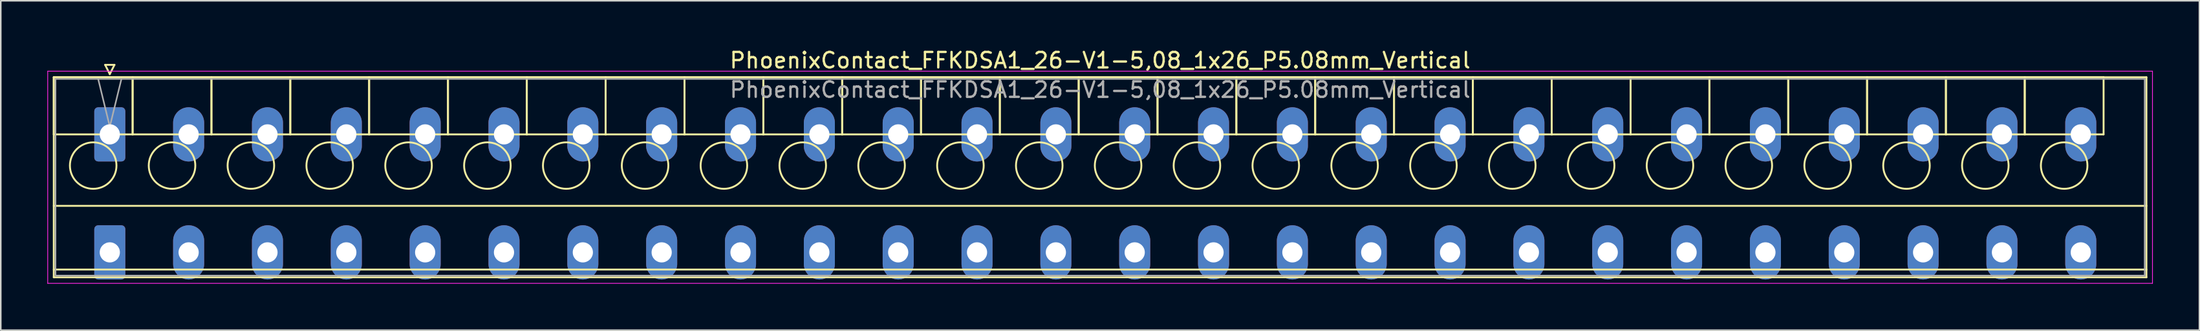
<source format=kicad_pcb>
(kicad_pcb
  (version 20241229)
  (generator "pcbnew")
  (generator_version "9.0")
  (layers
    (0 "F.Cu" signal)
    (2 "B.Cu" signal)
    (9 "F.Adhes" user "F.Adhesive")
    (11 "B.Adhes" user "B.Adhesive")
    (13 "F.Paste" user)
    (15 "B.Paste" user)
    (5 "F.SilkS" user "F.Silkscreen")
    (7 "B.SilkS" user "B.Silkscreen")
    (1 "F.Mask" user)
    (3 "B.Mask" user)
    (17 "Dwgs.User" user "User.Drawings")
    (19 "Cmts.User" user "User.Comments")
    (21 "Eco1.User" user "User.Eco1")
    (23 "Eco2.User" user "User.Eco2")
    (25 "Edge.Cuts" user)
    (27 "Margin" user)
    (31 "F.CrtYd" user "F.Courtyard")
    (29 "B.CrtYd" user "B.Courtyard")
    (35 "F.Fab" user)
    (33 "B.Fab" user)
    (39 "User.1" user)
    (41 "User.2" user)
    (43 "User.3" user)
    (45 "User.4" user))
  (footprint "PhoenixContact_FFKDSA1_26-V1-5,08_1x26_P5.08mm_Vertical"
    (layer "F.Cu")
    (at 4.025 5.628)
    (property "Reference" "PhoenixContact_FFKDSA1_26-V1-5,08_1x26_P5.08mm_Vertical" (at 63.81 -4.78 0) (layer "F.SilkS") (effects (font (size 1 1) (thickness 0.15))))
    (attr through_hole)
    (fp_line (start -3.61 -3.69) (end -3.61 0) (stroke (width 0.12) (type solid)) (layer "F.SilkS"))
    (fp_line (start -3.61 -3.69) (end -3.61 9.23) (stroke (width 0.12) (type solid)) (layer "F.SilkS"))
    (fp_line (start -3.61 0) (end 1.47 0) (stroke (width 0.12) (type solid)) (layer "F.SilkS"))
    (fp_line (start -3.61 4.615) (end 131.23 4.615) (stroke (width 0.12) (type solid)) (layer "F.SilkS"))
    (fp_line (start -3.61 8.73) (end 131.23 8.73) (stroke (width 0.12) (type solid)) (layer "F.SilkS"))
    (fp_line (start -3.61 9.23) (end 131.23 9.23) (stroke (width 0.12) (type solid)) (layer "F.SilkS"))
    (fp_line (start -0.3 -4.49) (end 0.3 -4.49) (stroke (width 0.12) (type solid)) (layer "F.SilkS"))
    (fp_line (start 0 -3.89) (end -0.3 -4.49) (stroke (width 0.12) (type solid)) (layer "F.SilkS"))
    (fp_line (start 0.3 -4.49) (end 0 -3.89) (stroke (width 0.12) (type solid)) (layer "F.SilkS"))
    (fp_line (start 1.47 -3.69) (end -3.61 -3.69) (stroke (width 0.12) (type solid)) (layer "F.SilkS"))
    (fp_line (start 1.47 -3.69) (end 1.47 0) (stroke (width 0.12) (type solid)) (layer "F.SilkS"))
    (fp_line (start 1.47 0) (end 1.47 -3.69) (stroke (width 0.12) (type solid)) (layer "F.SilkS"))
    (fp_line (start 1.47 0) (end 6.55 0) (stroke (width 0.12) (type solid)) (layer "F.SilkS"))
    (fp_line (start 6.55 -3.69) (end 1.47 -3.69) (stroke (width 0.12) (type solid)) (layer "F.SilkS"))
    (fp_line (start 6.55 -3.69) (end 6.55 0) (stroke (width 0.12) (type solid)) (layer "F.SilkS"))
    (fp_line (start 6.55 0) (end 6.55 -3.69) (stroke (width 0.12) (type solid)) (layer "F.SilkS"))
    (fp_line (start 6.55 0) (end 11.63 0) (stroke (width 0.12) (type solid)) (layer "F.SilkS"))
    (fp_line (start 11.63 -3.69) (end 6.55 -3.69) (stroke (width 0.12) (type solid)) (layer "F.SilkS"))
    (fp_line (start 11.63 -3.69) (end 11.63 0) (stroke (width 0.12) (type solid)) (layer "F.SilkS"))
    (fp_line (start 11.63 0) (end 11.63 -3.69) (stroke (width 0.12) (type solid)) (layer "F.SilkS"))
    (fp_line (start 11.63 0) (end 16.71 0) (stroke (width 0.12) (type solid)) (layer "F.SilkS"))
    (fp_line (start 16.71 -3.69) (end 11.63 -3.69) (stroke (width 0.12) (type solid)) (layer "F.SilkS"))
    (fp_line (start 16.71 -3.69) (end 16.71 0) (stroke (width 0.12) (type solid)) (layer "F.SilkS"))
    (fp_line (start 16.71 0) (end 16.71 -3.69) (stroke (width 0.12) (type solid)) (layer "F.SilkS"))
    (fp_line (start 16.71 0) (end 21.79 0) (stroke (width 0.12) (type solid)) (layer "F.SilkS"))
    (fp_line (start 21.79 -3.69) (end 16.71 -3.69) (stroke (width 0.12) (type solid)) (layer "F.SilkS"))
    (fp_line (start 21.79 -3.69) (end 21.79 0) (stroke (width 0.12) (type solid)) (layer "F.SilkS"))
    (fp_line (start 21.79 0) (end 21.79 -3.69) (stroke (width 0.12) (type solid)) (layer "F.SilkS"))
    (fp_line (start 21.79 0) (end 26.87 0) (stroke (width 0.12) (type solid)) (layer "F.SilkS"))
    (fp_line (start 26.87 -3.69) (end 21.79 -3.69) (stroke (width 0.12) (type solid)) (layer "F.SilkS"))
    (fp_line (start 26.87 -3.69) (end 26.87 0) (stroke (width 0.12) (type solid)) (layer "F.SilkS"))
    (fp_line (start 26.87 0) (end 26.87 -3.69) (stroke (width 0.12) (type solid)) (layer "F.SilkS"))
    (fp_line (start 26.87 0) (end 31.95 0) (stroke (width 0.12) (type solid)) (layer "F.SilkS"))
    (fp_line (start 31.95 -3.69) (end 26.87 -3.69) (stroke (width 0.12) (type solid)) (layer "F.SilkS"))
    (fp_line (start 31.95 -3.69) (end 31.95 0) (stroke (width 0.12) (type solid)) (layer "F.SilkS"))
    (fp_line (start 31.95 0) (end 31.95 -3.69) (stroke (width 0.12) (type solid)) (layer "F.SilkS"))
    (fp_line (start 31.95 0) (end 37.03 0) (stroke (width 0.12) (type solid)) (layer "F.SilkS"))
    (fp_line (start 37.03 -3.69) (end 31.95 -3.69) (stroke (width 0.12) (type solid)) (layer "F.SilkS"))
    (fp_line (start 37.03 -3.69) (end 37.03 0) (stroke (width 0.12) (type solid)) (layer "F.SilkS"))
    (fp_line (start 37.03 0) (end 37.03 -3.69) (stroke (width 0.12) (type solid)) (layer "F.SilkS"))
    (fp_line (start 37.03 0) (end 42.11 0) (stroke (width 0.12) (type solid)) (layer "F.SilkS"))
    (fp_line (start 42.11 -3.69) (end 37.03 -3.69) (stroke (width 0.12) (type solid)) (layer "F.SilkS"))
    (fp_line (start 42.11 -3.69) (end 42.11 0) (stroke (width 0.12) (type solid)) (layer "F.SilkS"))
    (fp_line (start 42.11 0) (end 42.11 -3.69) (stroke (width 0.12) (type solid)) (layer "F.SilkS"))
    (fp_line (start 42.11 0) (end 47.19 0) (stroke (width 0.12) (type solid)) (layer "F.SilkS"))
    (fp_line (start 47.19 -3.69) (end 42.11 -3.69) (stroke (width 0.12) (type solid)) (layer "F.SilkS"))
    (fp_line (start 47.19 -3.69) (end 47.19 0) (stroke (width 0.12) (type solid)) (layer "F.SilkS"))
    (fp_line (start 47.19 0) (end 47.19 -3.69) (stroke (width 0.12) (type solid)) (layer "F.SilkS"))
    (fp_line (start 47.19 0) (end 52.27 0) (stroke (width 0.12) (type solid)) (layer "F.SilkS"))
    (fp_line (start 52.27 -3.69) (end 47.19 -3.69) (stroke (width 0.12) (type solid)) (layer "F.SilkS"))
    (fp_line (start 52.27 -3.69) (end 52.27 0) (stroke (width 0.12) (type solid)) (layer "F.SilkS"))
    (fp_line (start 52.27 0) (end 52.27 -3.69) (stroke (width 0.12) (type solid)) (layer "F.SilkS"))
    (fp_line (start 52.27 0) (end 57.35 0) (stroke (width 0.12) (type solid)) (layer "F.SilkS"))
    (fp_line (start 57.35 -3.69) (end 52.27 -3.69) (stroke (width 0.12) (type solid)) (layer "F.SilkS"))
    (fp_line (start 57.35 -3.69) (end 57.35 0) (stroke (width 0.12) (type solid)) (layer "F.SilkS"))
    (fp_line (start 57.35 0) (end 57.35 -3.69) (stroke (width 0.12) (type solid)) (layer "F.SilkS"))
    (fp_line (start 57.35 0) (end 62.43 0) (stroke (width 0.12) (type solid)) (layer "F.SilkS"))
    (fp_line (start 62.43 -3.69) (end 57.35 -3.69) (stroke (width 0.12) (type solid)) (layer "F.SilkS"))
    (fp_line (start 62.43 -3.69) (end 62.43 0) (stroke (width 0.12) (type solid)) (layer "F.SilkS"))
    (fp_line (start 62.43 0) (end 62.43 -3.69) (stroke (width 0.12) (type solid)) (layer "F.SilkS"))
    (fp_line (start 62.43 0) (end 67.51 0) (stroke (width 0.12) (type solid)) (layer "F.SilkS"))
    (fp_line (start 67.51 -3.69) (end 62.43 -3.69) (stroke (width 0.12) (type solid)) (layer "F.SilkS"))
    (fp_line (start 67.51 -3.69) (end 67.51 0) (stroke (width 0.12) (type solid)) (layer "F.SilkS"))
    (fp_line (start 67.51 0) (end 67.51 -3.69) (stroke (width 0.12) (type solid)) (layer "F.SilkS"))
    (fp_line (start 67.51 0) (end 72.59 0) (stroke (width 0.12) (type solid)) (layer "F.SilkS"))
    (fp_line (start 72.59 -3.69) (end 67.51 -3.69) (stroke (width 0.12) (type solid)) (layer "F.SilkS"))
    (fp_line (start 72.59 -3.69) (end 72.59 0) (stroke (width 0.12) (type solid)) (layer "F.SilkS"))
    (fp_line (start 72.59 0) (end 72.59 -3.69) (stroke (width 0.12) (type solid)) (layer "F.SilkS"))
    (fp_line (start 72.59 0) (end 77.67 0) (stroke (width 0.12) (type solid)) (layer "F.SilkS"))
    (fp_line (start 77.67 -3.69) (end 72.59 -3.69) (stroke (width 0.12) (type solid)) (layer "F.SilkS"))
    (fp_line (start 77.67 -3.69) (end 77.67 0) (stroke (width 0.12) (type solid)) (layer "F.SilkS"))
    (fp_line (start 77.67 0) (end 77.67 -3.69) (stroke (width 0.12) (type solid)) (layer "F.SilkS"))
    (fp_line (start 77.67 0) (end 82.75 0) (stroke (width 0.12) (type solid)) (layer "F.SilkS"))
    (fp_line (start 82.75 -3.69) (end 77.67 -3.69) (stroke (width 0.12) (type solid)) (layer "F.SilkS"))
    (fp_line (start 82.75 -3.69) (end 82.75 0) (stroke (width 0.12) (type solid)) (layer "F.SilkS"))
    (fp_line (start 82.75 0) (end 82.75 -3.69) (stroke (width 0.12) (type solid)) (layer "F.SilkS"))
    (fp_line (start 82.75 0) (end 87.83 0) (stroke (width 0.12) (type solid)) (layer "F.SilkS"))
    (fp_line (start 87.83 -3.69) (end 82.75 -3.69) (stroke (width 0.12) (type solid)) (layer "F.SilkS"))
    (fp_line (start 87.83 -3.69) (end 87.83 0) (stroke (width 0.12) (type solid)) (layer "F.SilkS"))
    (fp_line (start 87.83 0) (end 87.83 -3.69) (stroke (width 0.12) (type solid)) (layer "F.SilkS"))
    (fp_line (start 87.83 0) (end 92.91 0) (stroke (width 0.12) (type solid)) (layer "F.SilkS"))
    (fp_line (start 92.91 -3.69) (end 87.83 -3.69) (stroke (width 0.12) (type solid)) (layer "F.SilkS"))
    (fp_line (start 92.91 -3.69) (end 92.91 0) (stroke (width 0.12) (type solid)) (layer "F.SilkS"))
    (fp_line (start 92.91 0) (end 92.91 -3.69) (stroke (width 0.12) (type solid)) (layer "F.SilkS"))
    (fp_line (start 92.91 0) (end 97.99 0) (stroke (width 0.12) (type solid)) (layer "F.SilkS"))
    (fp_line (start 97.99 -3.69) (end 92.91 -3.69) (stroke (width 0.12) (type solid)) (layer "F.SilkS"))
    (fp_line (start 97.99 -3.69) (end 97.99 0) (stroke (width 0.12) (type solid)) (layer "F.SilkS"))
    (fp_line (start 97.99 0) (end 97.99 -3.69) (stroke (width 0.12) (type solid)) (layer "F.SilkS"))
    (fp_line (start 97.99 0) (end 103.07 0) (stroke (width 0.12) (type solid)) (layer "F.SilkS"))
    (fp_line (start 103.07 -3.69) (end 97.99 -3.69) (stroke (width 0.12) (type solid)) (layer "F.SilkS"))
    (fp_line (start 103.07 -3.69) (end 103.07 0) (stroke (width 0.12) (type solid)) (layer "F.SilkS"))
    (fp_line (start 103.07 0) (end 103.07 -3.69) (stroke (width 0.12) (type solid)) (layer "F.SilkS"))
    (fp_line (start 103.07 0) (end 108.15 0) (stroke (width 0.12) (type solid)) (layer "F.SilkS"))
    (fp_line (start 108.15 -3.69) (end 103.07 -3.69) (stroke (width 0.12) (type solid)) (layer "F.SilkS"))
    (fp_line (start 108.15 -3.69) (end 108.15 0) (stroke (width 0.12) (type solid)) (layer "F.SilkS"))
    (fp_line (start 108.15 0) (end 108.15 -3.69) (stroke (width 0.12) (type solid)) (layer "F.SilkS"))
    (fp_line (start 108.15 0) (end 113.23 0) (stroke (width 0.12) (type solid)) (layer "F.SilkS"))
    (fp_line (start 113.23 -3.69) (end 108.15 -3.69) (stroke (width 0.12) (type solid)) (layer "F.SilkS"))
    (fp_line (start 113.23 -3.69) (end 113.23 0) (stroke (width 0.12) (type solid)) (layer "F.SilkS"))
    (fp_line (start 113.23 0) (end 113.23 -3.69) (stroke (width 0.12) (type solid)) (layer "F.SilkS"))
    (fp_line (start 113.23 0) (end 118.31 0) (stroke (width 0.12) (type solid)) (layer "F.SilkS"))
    (fp_line (start 118.31 -3.69) (end 113.23 -3.69) (stroke (width 0.12) (type solid)) (layer "F.SilkS"))
    (fp_line (start 118.31 -3.69) (end 118.31 0) (stroke (width 0.12) (type solid)) (layer "F.SilkS"))
    (fp_line (start 118.31 0) (end 118.31 -3.69) (stroke (width 0.12) (type solid)) (layer "F.SilkS"))
    (fp_line (start 118.31 0) (end 123.39 0) (stroke (width 0.12) (type solid)) (layer "F.SilkS"))
    (fp_line (start 123.39 -3.69) (end 118.31 -3.69) (stroke (width 0.12) (type solid)) (layer "F.SilkS"))
    (fp_line (start 123.39 -3.69) (end 123.39 0) (stroke (width 0.12) (type solid)) (layer "F.SilkS"))
    (fp_line (start 123.39 0) (end 123.39 -3.69) (stroke (width 0.12) (type solid)) (layer "F.SilkS"))
    (fp_line (start 123.39 0) (end 128.47 0) (stroke (width 0.12) (type solid)) (layer "F.SilkS"))
    (fp_line (start 128.47 -3.69) (end 123.39 -3.69) (stroke (width 0.12) (type solid)) (layer "F.SilkS"))
    (fp_line (start 128.47 0) (end 128.47 -3.69) (stroke (width 0.12) (type solid)) (layer "F.SilkS"))
    (fp_line (start 131.23 -3.69) (end -3.61 -3.69) (stroke (width 0.12) (type solid)) (layer "F.SilkS"))
    (fp_line (start 131.23 9.23) (end 131.23 -3.69) (stroke (width 0.12) (type solid)) (layer "F.SilkS"))
    (fp_circle (center -1.07 2.015) (end 0.43 2.015) (stroke (width 0.12) (type solid)) (fill no) (layer "F.SilkS"))
    (fp_circle (center 4.01 2.015) (end 5.51 2.015) (stroke (width 0.12) (type solid)) (fill no) (layer "F.SilkS"))
    (fp_circle (center 9.09 2.015) (end 10.59 2.015) (stroke (width 0.12) (type solid)) (fill no) (layer "F.SilkS"))
    (fp_circle (center 14.17 2.015) (end 15.67 2.015) (stroke (width 0.12) (type solid)) (fill no) (layer "F.SilkS"))
    (fp_circle (center 19.25 2.015) (end 20.75 2.015) (stroke (width 0.12) (type solid)) (fill no) (layer "F.SilkS"))
    (fp_circle (center 24.33 2.015) (end 25.83 2.015) (stroke (width 0.12) (type solid)) (fill no) (layer "F.SilkS"))
    (fp_circle (center 29.41 2.015) (end 30.91 2.015) (stroke (width 0.12) (type solid)) (fill no) (layer "F.SilkS"))
    (fp_circle (center 34.49 2.015) (end 35.99 2.015) (stroke (width 0.12) (type solid)) (fill no) (layer "F.SilkS"))
    (fp_circle (center 39.57 2.015) (end 41.07 2.015) (stroke (width 0.12) (type solid)) (fill no) (layer "F.SilkS"))
    (fp_circle (center 44.65 2.015) (end 46.15 2.015) (stroke (width 0.12) (type solid)) (fill no) (layer "F.SilkS"))
    (fp_circle (center 49.73 2.015) (end 51.23 2.015) (stroke (width 0.12) (type solid)) (fill no) (layer "F.SilkS"))
    (fp_circle (center 54.81 2.015) (end 56.31 2.015) (stroke (width 0.12) (type solid)) (fill no) (layer "F.SilkS"))
    (fp_circle (center 59.89 2.015) (end 61.39 2.015) (stroke (width 0.12) (type solid)) (fill no) (layer "F.SilkS"))
    (fp_circle (center 64.97 2.015) (end 66.47 2.015) (stroke (width 0.12) (type solid)) (fill no) (layer "F.SilkS"))
    (fp_circle (center 70.05 2.015) (end 71.55 2.015) (stroke (width 0.12) (type solid)) (fill no) (layer "F.SilkS"))
    (fp_circle (center 75.13 2.015) (end 76.63 2.015) (stroke (width 0.12) (type solid)) (fill no) (layer "F.SilkS"))
    (fp_circle (center 80.21 2.015) (end 81.71 2.015) (stroke (width 0.12) (type solid)) (fill no) (layer "F.SilkS"))
    (fp_circle (center 85.29 2.015) (end 86.79 2.015) (stroke (width 0.12) (type solid)) (fill no) (layer "F.SilkS"))
    (fp_circle (center 90.37 2.015) (end 91.87 2.015) (stroke (width 0.12) (type solid)) (fill no) (layer "F.SilkS"))
    (fp_circle (center 95.45 2.015) (end 96.95 2.015) (stroke (width 0.12) (type solid)) (fill no) (layer "F.SilkS"))
    (fp_circle (center 100.53 2.015) (end 102.03 2.015) (stroke (width 0.12) (type solid)) (fill no) (layer "F.SilkS"))
    (fp_circle (center 105.61 2.015) (end 107.11 2.015) (stroke (width 0.12) (type solid)) (fill no) (layer "F.SilkS"))
    (fp_circle (center 110.69 2.015) (end 112.19 2.015) (stroke (width 0.12) (type solid)) (fill no) (layer "F.SilkS"))
    (fp_circle (center 115.77 2.015) (end 117.27 2.015) (stroke (width 0.12) (type solid)) (fill no) (layer "F.SilkS"))
    (fp_circle (center 120.85 2.015) (end 122.35 2.015) (stroke (width 0.12) (type solid)) (fill no) (layer "F.SilkS"))
    (fp_circle (center 125.93 2.015) (end 127.43 2.015) (stroke (width 0.12) (type solid)) (fill no) (layer "F.SilkS"))
    (fp_line (start -4 -4.08) (end -4 9.62) (stroke (width 0.05) (type solid)) (layer "F.CrtYd"))
    (fp_line (start -4 9.62) (end 131.62 9.62) (stroke (width 0.05) (type solid)) (layer "F.CrtYd"))
    (fp_line (start 131.62 -4.08) (end -4 -4.08) (stroke (width 0.05) (type solid)) (layer "F.CrtYd"))
    (fp_line (start 131.62 9.62) (end 131.62 -4.08) (stroke (width 0.05) (type solid)) (layer "F.CrtYd"))
    (fp_line (start -3.5 -3.58) (end -3.5 9.12) (stroke (width 0.1) (type solid)) (layer "F.Fab"))
    (fp_line (start -3.5 9.12) (end 131.12 9.12) (stroke (width 0.1) (type solid)) (layer "F.Fab"))
    (fp_line (start 0 -0.5) (end -0.75 -3.58) (stroke (width 0.1) (type solid)) (layer "F.Fab"))
    (fp_line (start 0.75 -3.58) (end 0 -0.5) (stroke (width 0.1) (type solid)) (layer "F.Fab"))
    (fp_line (start 131.12 -3.58) (end -3.5 -3.58) (stroke (width 0.1) (type solid)) (layer "F.Fab"))
    (fp_line (start 131.12 9.12) (end 131.12 -3.58) (stroke (width 0.1) (type solid)) (layer "F.Fab"))
    (fp_text user "${REFERENCE}" (at 63.81 -2.88 0) (layer "F.Fab") (effects (font (size 1 1) (thickness 0.15))))
    (pad "1" thru_hole roundrect (at 0 0) (size 2 3.5) (drill 1.3) (layers "*.Cu" "*.Mask") (roundrect_rratio 0.125))
    (pad "1" thru_hole roundrect (at 0 7.62) (size 2 3.5) (drill 1.3) (layers "*.Cu" "*.Mask") (roundrect_rratio 0.125))
    (pad "2" thru_hole oval (at 5.08 0) (size 2 3.5) (drill 1.3) (layers "*.Cu" "*.Mask"))
    (pad "2" thru_hole oval (at 5.08 7.62) (size 2 3.5) (drill 1.3) (layers "*.Cu" "*.Mask"))
    (pad "3" thru_hole oval (at 10.16 0) (size 2 3.5) (drill 1.3) (layers "*.Cu" "*.Mask"))
    (pad "3" thru_hole oval (at 10.16 7.62) (size 2 3.5) (drill 1.3) (layers "*.Cu" "*.Mask"))
    (pad "4" thru_hole oval (at 15.24 0) (size 2 3.5) (drill 1.3) (layers "*.Cu" "*.Mask"))
    (pad "4" thru_hole oval (at 15.24 7.62) (size 2 3.5) (drill 1.3) (layers "*.Cu" "*.Mask"))
    (pad "5" thru_hole oval (at 20.32 0) (size 2 3.5) (drill 1.3) (layers "*.Cu" "*.Mask"))
    (pad "5" thru_hole oval (at 20.32 7.62) (size 2 3.5) (drill 1.3) (layers "*.Cu" "*.Mask"))
    (pad "6" thru_hole oval (at 25.4 0) (size 2 3.5) (drill 1.3) (layers "*.Cu" "*.Mask"))
    (pad "6" thru_hole oval (at 25.4 7.62) (size 2 3.5) (drill 1.3) (layers "*.Cu" "*.Mask"))
    (pad "7" thru_hole oval (at 30.48 0) (size 2 3.5) (drill 1.3) (layers "*.Cu" "*.Mask"))
    (pad "7" thru_hole oval (at 30.48 7.62) (size 2 3.5) (drill 1.3) (layers "*.Cu" "*.Mask"))
    (pad "8" thru_hole oval (at 35.56 0) (size 2 3.5) (drill 1.3) (layers "*.Cu" "*.Mask"))
    (pad "8" thru_hole oval (at 35.56 7.62) (size 2 3.5) (drill 1.3) (layers "*.Cu" "*.Mask"))
    (pad "9" thru_hole oval (at 40.64 0) (size 2 3.5) (drill 1.3) (layers "*.Cu" "*.Mask"))
    (pad "9" thru_hole oval (at 40.64 7.62) (size 2 3.5) (drill 1.3) (layers "*.Cu" "*.Mask"))
    (pad "10" thru_hole oval (at 45.72 0) (size 2 3.5) (drill 1.3) (layers "*.Cu" "*.Mask"))
    (pad "10" thru_hole oval (at 45.72 7.62) (size 2 3.5) (drill 1.3) (layers "*.Cu" "*.Mask"))
    (pad "11" thru_hole oval (at 50.8 0) (size 2 3.5) (drill 1.3) (layers "*.Cu" "*.Mask"))
    (pad "11" thru_hole oval (at 50.8 7.62) (size 2 3.5) (drill 1.3) (layers "*.Cu" "*.Mask"))
    (pad "12" thru_hole oval (at 55.88 0) (size 2 3.5) (drill 1.3) (layers "*.Cu" "*.Mask"))
    (pad "12" thru_hole oval (at 55.88 7.62) (size 2 3.5) (drill 1.3) (layers "*.Cu" "*.Mask"))
    (pad "13" thru_hole oval (at 60.96 0) (size 2 3.5) (drill 1.3) (layers "*.Cu" "*.Mask"))
    (pad "13" thru_hole oval (at 60.96 7.62) (size 2 3.5) (drill 1.3) (layers "*.Cu" "*.Mask"))
    (pad "14" thru_hole oval (at 66.04 0) (size 2 3.5) (drill 1.3) (layers "*.Cu" "*.Mask"))
    (pad "14" thru_hole oval (at 66.04 7.62) (size 2 3.5) (drill 1.3) (layers "*.Cu" "*.Mask"))
    (pad "15" thru_hole oval (at 71.12 0) (size 2 3.5) (drill 1.3) (layers "*.Cu" "*.Mask"))
    (pad "15" thru_hole oval (at 71.12 7.62) (size 2 3.5) (drill 1.3) (layers "*.Cu" "*.Mask"))
    (pad "16" thru_hole oval (at 76.2 0) (size 2 3.5) (drill 1.3) (layers "*.Cu" "*.Mask"))
    (pad "16" thru_hole oval (at 76.2 7.62) (size 2 3.5) (drill 1.3) (layers "*.Cu" "*.Mask"))
    (pad "17" thru_hole oval (at 81.28 0) (size 2 3.5) (drill 1.3) (layers "*.Cu" "*.Mask"))
    (pad "17" thru_hole oval (at 81.28 7.62) (size 2 3.5) (drill 1.3) (layers "*.Cu" "*.Mask"))
    (pad "18" thru_hole oval (at 86.36 0) (size 2 3.5) (drill 1.3) (layers "*.Cu" "*.Mask"))
    (pad "18" thru_hole oval (at 86.36 7.62) (size 2 3.5) (drill 1.3) (layers "*.Cu" "*.Mask"))
    (pad "19" thru_hole oval (at 91.44 0) (size 2 3.5) (drill 1.3) (layers "*.Cu" "*.Mask"))
    (pad "19" thru_hole oval (at 91.44 7.62) (size 2 3.5) (drill 1.3) (layers "*.Cu" "*.Mask"))
    (pad "20" thru_hole oval (at 96.52 0) (size 2 3.5) (drill 1.3) (layers "*.Cu" "*.Mask"))
    (pad "20" thru_hole oval (at 96.52 7.62) (size 2 3.5) (drill 1.3) (layers "*.Cu" "*.Mask"))
    (pad "21" thru_hole oval (at 101.6 0) (size 2 3.5) (drill 1.3) (layers "*.Cu" "*.Mask"))
    (pad "21" thru_hole oval (at 101.6 7.62) (size 2 3.5) (drill 1.3) (layers "*.Cu" "*.Mask"))
    (pad "22" thru_hole oval (at 106.68 0) (size 2 3.5) (drill 1.3) (layers "*.Cu" "*.Mask"))
    (pad "22" thru_hole oval (at 106.68 7.62) (size 2 3.5) (drill 1.3) (layers "*.Cu" "*.Mask"))
    (pad "23" thru_hole oval (at 111.76 0) (size 2 3.5) (drill 1.3) (layers "*.Cu" "*.Mask"))
    (pad "23" thru_hole oval (at 111.76 7.62) (size 2 3.5) (drill 1.3) (layers "*.Cu" "*.Mask"))
    (pad "24" thru_hole oval (at 116.84 0) (size 2 3.5) (drill 1.3) (layers "*.Cu" "*.Mask"))
    (pad "24" thru_hole oval (at 116.84 7.62) (size 2 3.5) (drill 1.3) (layers "*.Cu" "*.Mask"))
    (pad "25" thru_hole oval (at 121.92 0) (size 2 3.5) (drill 1.3) (layers "*.Cu" "*.Mask"))
    (pad "25" thru_hole oval (at 121.92 7.62) (size 2 3.5) (drill 1.3) (layers "*.Cu" "*.Mask"))
    (pad "26" thru_hole oval (at 127 0) (size 2 3.5) (drill 1.3) (layers "*.Cu" "*.Mask"))
    (pad "26" thru_hole oval (at 127 7.62) (size 2 3.5) (drill 1.3) (layers "*.Cu" "*.Mask")))
  (gr_rect
    (start -3 -3)
    (end 138.67 18.273)
    (stroke (width 0.1) (type default))
    (fill no)
    (layer "Edge.Cuts")))
</source>
